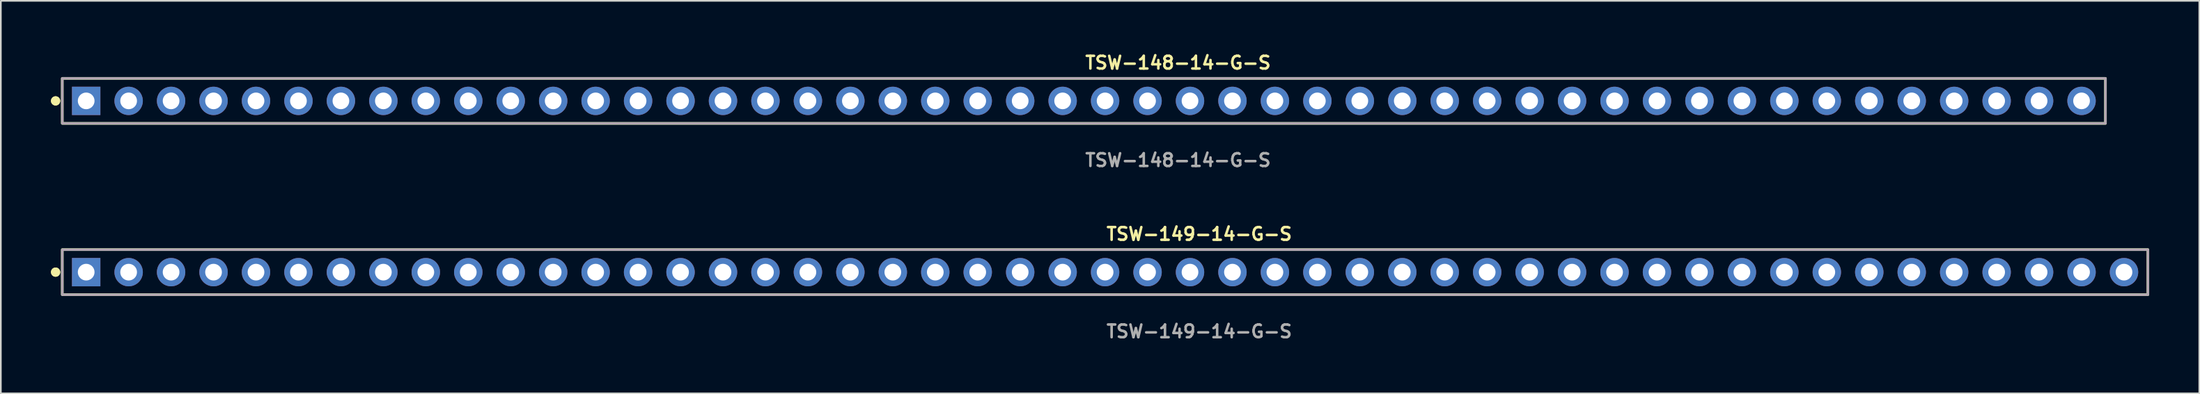
<source format=kicad_pcb>
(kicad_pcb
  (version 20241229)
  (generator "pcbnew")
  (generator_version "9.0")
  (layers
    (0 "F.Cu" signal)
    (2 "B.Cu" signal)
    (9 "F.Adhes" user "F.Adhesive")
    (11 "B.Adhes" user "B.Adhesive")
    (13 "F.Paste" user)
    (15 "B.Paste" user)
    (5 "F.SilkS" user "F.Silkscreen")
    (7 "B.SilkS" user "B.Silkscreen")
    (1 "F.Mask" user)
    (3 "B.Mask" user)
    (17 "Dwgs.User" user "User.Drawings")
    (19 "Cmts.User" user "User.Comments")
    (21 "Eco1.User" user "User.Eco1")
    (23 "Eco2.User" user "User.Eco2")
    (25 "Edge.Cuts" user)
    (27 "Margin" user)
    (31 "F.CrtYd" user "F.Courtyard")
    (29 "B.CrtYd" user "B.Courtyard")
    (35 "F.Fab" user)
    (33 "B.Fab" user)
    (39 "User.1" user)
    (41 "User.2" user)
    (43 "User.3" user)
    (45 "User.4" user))
  (footprint "TSW-149-14-G-S"
    (layer "F.Cu")
    (at 63.066 13.268)
    (property "Reference" "TSW-149-14-G-S" (at 0 -2.286 0) (unlocked yes) (layer "F.SilkS") (effects (font (size 0.762 0.762) (thickness 0.152)) (justify left)))
    (fp_rect (start -62.39 1.35) (end 62.39 -1.35) (stroke (width 0.152) (type solid)) (fill no) (layer "F.SilkS"))
    (fp_circle (center -62.79 0) (end -62.99 0) (stroke (width 0.152) (type solid)) (fill yes) (layer "F.SilkS"))
    (fp_circle (center -62.79 0) (end -62.99 0) (stroke (width 0.152) (type solid)) (fill yes) (layer "F.SilkS"))
    (fp_rect (start -62.39 1.35) (end 62.39 -1.35) (stroke (width 0.006) (type solid)) (fill no) (layer "F.CrtYd"))
    (fp_rect (start -62.39 1.35) (end 62.39 -1.35) (stroke (width 0.152) (type solid)) (fill no) (layer "F.Fab"))
    (fp_text user "${REFERENCE}" (at 0 3.556 0) (unlocked yes) (layer "F.Fab") (effects (font (size 0.762 0.762) (thickness 0.152)) (justify left)))
    (pad "1" thru_hole rect (at -60.96 0) (size 1.7 1.7) (drill 1) (layers "*.Cu" "*.Mask"))
    (pad "2" thru_hole circle (at -58.42 0) (size 1.7 1.7) (drill 1) (layers "*.Cu" "*.Mask"))
    (pad "3" thru_hole circle (at -55.88 0) (size 1.7 1.7) (drill 1) (layers "*.Cu" "*.Mask"))
    (pad "4" thru_hole circle (at -53.34 0) (size 1.7 1.7) (drill 1) (layers "*.Cu" "*.Mask"))
    (pad "5" thru_hole circle (at -50.8 0) (size 1.7 1.7) (drill 1) (layers "*.Cu" "*.Mask"))
    (pad "6" thru_hole circle (at -48.26 0) (size 1.7 1.7) (drill 1) (layers "*.Cu" "*.Mask"))
    (pad "7" thru_hole circle (at -45.72 0) (size 1.7 1.7) (drill 1) (layers "*.Cu" "*.Mask"))
    (pad "8" thru_hole circle (at -43.18 0) (size 1.7 1.7) (drill 1) (layers "*.Cu" "*.Mask"))
    (pad "9" thru_hole circle (at -40.64 0) (size 1.7 1.7) (drill 1) (layers "*.Cu" "*.Mask"))
    (pad "10" thru_hole circle (at -38.1 0) (size 1.7 1.7) (drill 1) (layers "*.Cu" "*.Mask"))
    (pad "11" thru_hole circle (at -35.56 0) (size 1.7 1.7) (drill 1) (layers "*.Cu" "*.Mask"))
    (pad "12" thru_hole circle (at -33.02 0) (size 1.7 1.7) (drill 1) (layers "*.Cu" "*.Mask"))
    (pad "13" thru_hole circle (at -30.48 0) (size 1.7 1.7) (drill 1) (layers "*.Cu" "*.Mask"))
    (pad "14" thru_hole circle (at -27.94 0) (size 1.7 1.7) (drill 1) (layers "*.Cu" "*.Mask"))
    (pad "15" thru_hole circle (at -25.4 0) (size 1.7 1.7) (drill 1) (layers "*.Cu" "*.Mask"))
    (pad "16" thru_hole circle (at -22.86 0) (size 1.7 1.7) (drill 1) (layers "*.Cu" "*.Mask"))
    (pad "17" thru_hole circle (at -20.32 0) (size 1.7 1.7) (drill 1) (layers "*.Cu" "*.Mask"))
    (pad "18" thru_hole circle (at -17.78 0) (size 1.7 1.7) (drill 1) (layers "*.Cu" "*.Mask"))
    (pad "19" thru_hole circle (at -15.24 0) (size 1.7 1.7) (drill 1) (layers "*.Cu" "*.Mask"))
    (pad "20" thru_hole circle (at -12.7 0) (size 1.7 1.7) (drill 1) (layers "*.Cu" "*.Mask"))
    (pad "21" thru_hole circle (at -10.16 0) (size 1.7 1.7) (drill 1) (layers "*.Cu" "*.Mask"))
    (pad "22" thru_hole circle (at -7.62 0) (size 1.7 1.7) (drill 1) (layers "*.Cu" "*.Mask"))
    (pad "23" thru_hole circle (at -5.08 0) (size 1.7 1.7) (drill 1) (layers "*.Cu" "*.Mask"))
    (pad "24" thru_hole circle (at -2.54 0) (size 1.7 1.7) (drill 1) (layers "*.Cu" "*.Mask"))
    (pad "25" thru_hole circle (at 0 0) (size 1.7 1.7) (drill 1) (layers "*.Cu" "*.Mask"))
    (pad "26" thru_hole circle (at 2.54 0) (size 1.7 1.7) (drill 1) (layers "*.Cu" "*.Mask"))
    (pad "27" thru_hole circle (at 5.08 0) (size 1.7 1.7) (drill 1) (layers "*.Cu" "*.Mask"))
    (pad "28" thru_hole circle (at 7.62 0) (size 1.7 1.7) (drill 1) (layers "*.Cu" "*.Mask"))
    (pad "29" thru_hole circle (at 10.16 0) (size 1.7 1.7) (drill 1) (layers "*.Cu" "*.Mask"))
    (pad "30" thru_hole circle (at 12.7 0) (size 1.7 1.7) (drill 1) (layers "*.Cu" "*.Mask"))
    (pad "31" thru_hole circle (at 15.24 0) (size 1.7 1.7) (drill 1) (layers "*.Cu" "*.Mask"))
    (pad "32" thru_hole circle (at 17.78 0) (size 1.7 1.7) (drill 1) (layers "*.Cu" "*.Mask"))
    (pad "33" thru_hole circle (at 20.32 0) (size 1.7 1.7) (drill 1) (layers "*.Cu" "*.Mask"))
    (pad "34" thru_hole circle (at 22.86 0) (size 1.7 1.7) (drill 1) (layers "*.Cu" "*.Mask"))
    (pad "35" thru_hole circle (at 25.4 0) (size 1.7 1.7) (drill 1) (layers "*.Cu" "*.Mask"))
    (pad "36" thru_hole circle (at 27.94 0) (size 1.7 1.7) (drill 1) (layers "*.Cu" "*.Mask"))
    (pad "37" thru_hole circle (at 30.48 0) (size 1.7 1.7) (drill 1) (layers "*.Cu" "*.Mask"))
    (pad "38" thru_hole circle (at 33.02 0) (size 1.7 1.7) (drill 1) (layers "*.Cu" "*.Mask"))
    (pad "39" thru_hole circle (at 35.56 0) (size 1.7 1.7) (drill 1) (layers "*.Cu" "*.Mask"))
    (pad "40" thru_hole circle (at 38.1 0) (size 1.7 1.7) (drill 1) (layers "*.Cu" "*.Mask"))
    (pad "41" thru_hole circle (at 40.64 0) (size 1.7 1.7) (drill 1) (layers "*.Cu" "*.Mask"))
    (pad "42" thru_hole circle (at 43.18 0) (size 1.7 1.7) (drill 1) (layers "*.Cu" "*.Mask"))
    (pad "43" thru_hole circle (at 45.72 0) (size 1.7 1.7) (drill 1) (layers "*.Cu" "*.Mask"))
    (pad "44" thru_hole circle (at 48.26 0) (size 1.7 1.7) (drill 1) (layers "*.Cu" "*.Mask"))
    (pad "45" thru_hole circle (at 50.8 0) (size 1.7 1.7) (drill 1) (layers "*.Cu" "*.Mask"))
    (pad "46" thru_hole circle (at 53.34 0) (size 1.7 1.7) (drill 1) (layers "*.Cu" "*.Mask"))
    (pad "47" thru_hole circle (at 55.88 0) (size 1.7 1.7) (drill 1) (layers "*.Cu" "*.Mask"))
    (pad "48" thru_hole circle (at 58.42 0) (size 1.7 1.7) (drill 1) (layers "*.Cu" "*.Mask"))
    (pad "49" thru_hole circle (at 60.96 0) (size 1.7 1.7) (drill 1) (layers "*.Cu" "*.Mask")))
  (footprint "TSW-148-14-G-S"
    (layer "F.Cu")
    (at 61.796 2.999)
    (property "Reference" "TSW-148-14-G-S" (at 0 -2.286 0) (unlocked yes) (layer "F.SilkS") (effects (font (size 0.762 0.762) (thickness 0.152)) (justify left)))
    (fp_rect (start -61.12 1.35) (end 61.12 -1.35) (stroke (width 0.152) (type solid)) (fill no) (layer "F.SilkS"))
    (fp_circle (center -61.52 0) (end -61.72 0) (stroke (width 0.152) (type solid)) (fill yes) (layer "F.SilkS"))
    (fp_circle (center -61.52 0) (end -61.72 0) (stroke (width 0.152) (type solid)) (fill yes) (layer "F.SilkS"))
    (fp_rect (start -61.12 1.35) (end 61.12 -1.35) (stroke (width 0.006) (type solid)) (fill no) (layer "F.CrtYd"))
    (fp_rect (start -61.12 1.35) (end 61.12 -1.35) (stroke (width 0.152) (type solid)) (fill no) (layer "F.Fab"))
    (fp_text user "${REFERENCE}" (at 0 3.556 0) (unlocked yes) (layer "F.Fab") (effects (font (size 0.762 0.762) (thickness 0.152)) (justify left)))
    (pad "1" thru_hole rect (at -59.69 0) (size 1.7 1.7) (drill 1) (layers "*.Cu" "*.Mask"))
    (pad "2" thru_hole circle (at -57.15 0) (size 1.7 1.7) (drill 1) (layers "*.Cu" "*.Mask"))
    (pad "3" thru_hole circle (at -54.61 0) (size 1.7 1.7) (drill 1) (layers "*.Cu" "*.Mask"))
    (pad "4" thru_hole circle (at -52.07 0) (size 1.7 1.7) (drill 1) (layers "*.Cu" "*.Mask"))
    (pad "5" thru_hole circle (at -49.53 0) (size 1.7 1.7) (drill 1) (layers "*.Cu" "*.Mask"))
    (pad "6" thru_hole circle (at -46.99 0) (size 1.7 1.7) (drill 1) (layers "*.Cu" "*.Mask"))
    (pad "7" thru_hole circle (at -44.45 0) (size 1.7 1.7) (drill 1) (layers "*.Cu" "*.Mask"))
    (pad "8" thru_hole circle (at -41.91 0) (size 1.7 1.7) (drill 1) (layers "*.Cu" "*.Mask"))
    (pad "9" thru_hole circle (at -39.37 0) (size 1.7 1.7) (drill 1) (layers "*.Cu" "*.Mask"))
    (pad "10" thru_hole circle (at -36.83 0) (size 1.7 1.7) (drill 1) (layers "*.Cu" "*.Mask"))
    (pad "11" thru_hole circle (at -34.29 0) (size 1.7 1.7) (drill 1) (layers "*.Cu" "*.Mask"))
    (pad "12" thru_hole circle (at -31.75 0) (size 1.7 1.7) (drill 1) (layers "*.Cu" "*.Mask"))
    (pad "13" thru_hole circle (at -29.21 0) (size 1.7 1.7) (drill 1) (layers "*.Cu" "*.Mask"))
    (pad "14" thru_hole circle (at -26.67 0) (size 1.7 1.7) (drill 1) (layers "*.Cu" "*.Mask"))
    (pad "15" thru_hole circle (at -24.13 0) (size 1.7 1.7) (drill 1) (layers "*.Cu" "*.Mask"))
    (pad "16" thru_hole circle (at -21.59 0) (size 1.7 1.7) (drill 1) (layers "*.Cu" "*.Mask"))
    (pad "17" thru_hole circle (at -19.05 0) (size 1.7 1.7) (drill 1) (layers "*.Cu" "*.Mask"))
    (pad "18" thru_hole circle (at -16.51 0) (size 1.7 1.7) (drill 1) (layers "*.Cu" "*.Mask"))
    (pad "19" thru_hole circle (at -13.97 0) (size 1.7 1.7) (drill 1) (layers "*.Cu" "*.Mask"))
    (pad "20" thru_hole circle (at -11.43 0) (size 1.7 1.7) (drill 1) (layers "*.Cu" "*.Mask"))
    (pad "21" thru_hole circle (at -8.89 0) (size 1.7 1.7) (drill 1) (layers "*.Cu" "*.Mask"))
    (pad "22" thru_hole circle (at -6.35 0) (size 1.7 1.7) (drill 1) (layers "*.Cu" "*.Mask"))
    (pad "23" thru_hole circle (at -3.81 0) (size 1.7 1.7) (drill 1) (layers "*.Cu" "*.Mask"))
    (pad "24" thru_hole circle (at -1.27 0) (size 1.7 1.7) (drill 1) (layers "*.Cu" "*.Mask"))
    (pad "25" thru_hole circle (at 1.27 0) (size 1.7 1.7) (drill 1) (layers "*.Cu" "*.Mask"))
    (pad "26" thru_hole circle (at 3.81 0) (size 1.7 1.7) (drill 1) (layers "*.Cu" "*.Mask"))
    (pad "27" thru_hole circle (at 6.35 0) (size 1.7 1.7) (drill 1) (layers "*.Cu" "*.Mask"))
    (pad "28" thru_hole circle (at 8.89 0) (size 1.7 1.7) (drill 1) (layers "*.Cu" "*.Mask"))
    (pad "29" thru_hole circle (at 11.43 0) (size 1.7 1.7) (drill 1) (layers "*.Cu" "*.Mask"))
    (pad "30" thru_hole circle (at 13.97 0) (size 1.7 1.7) (drill 1) (layers "*.Cu" "*.Mask"))
    (pad "31" thru_hole circle (at 16.51 0) (size 1.7 1.7) (drill 1) (layers "*.Cu" "*.Mask"))
    (pad "32" thru_hole circle (at 19.05 0) (size 1.7 1.7) (drill 1) (layers "*.Cu" "*.Mask"))
    (pad "33" thru_hole circle (at 21.59 0) (size 1.7 1.7) (drill 1) (layers "*.Cu" "*.Mask"))
    (pad "34" thru_hole circle (at 24.13 0) (size 1.7 1.7) (drill 1) (layers "*.Cu" "*.Mask"))
    (pad "35" thru_hole circle (at 26.67 0) (size 1.7 1.7) (drill 1) (layers "*.Cu" "*.Mask"))
    (pad "36" thru_hole circle (at 29.21 0) (size 1.7 1.7) (drill 1) (layers "*.Cu" "*.Mask"))
    (pad "37" thru_hole circle (at 31.75 0) (size 1.7 1.7) (drill 1) (layers "*.Cu" "*.Mask"))
    (pad "38" thru_hole circle (at 34.29 0) (size 1.7 1.7) (drill 1) (layers "*.Cu" "*.Mask"))
    (pad "39" thru_hole circle (at 36.83 0) (size 1.7 1.7) (drill 1) (layers "*.Cu" "*.Mask"))
    (pad "40" thru_hole circle (at 39.37 0) (size 1.7 1.7) (drill 1) (layers "*.Cu" "*.Mask"))
    (pad "41" thru_hole circle (at 41.91 0) (size 1.7 1.7) (drill 1) (layers "*.Cu" "*.Mask"))
    (pad "42" thru_hole circle (at 44.45 0) (size 1.7 1.7) (drill 1) (layers "*.Cu" "*.Mask"))
    (pad "43" thru_hole circle (at 46.99 0) (size 1.7 1.7) (drill 1) (layers "*.Cu" "*.Mask"))
    (pad "44" thru_hole circle (at 49.53 0) (size 1.7 1.7) (drill 1) (layers "*.Cu" "*.Mask"))
    (pad "45" thru_hole circle (at 52.07 0) (size 1.7 1.7) (drill 1) (layers "*.Cu" "*.Mask"))
    (pad "46" thru_hole circle (at 54.61 0) (size 1.7 1.7) (drill 1) (layers "*.Cu" "*.Mask"))
    (pad "47" thru_hole circle (at 57.15 0) (size 1.7 1.7) (drill 1) (layers "*.Cu" "*.Mask"))
    (pad "48" thru_hole circle (at 59.69 0) (size 1.7 1.7) (drill 1) (layers "*.Cu" "*.Mask")))
  (gr_rect
    (start -3 -3)
    (end 128.532 20.537)
    (stroke (width 0.1) (type default))
    (fill no)
    (layer "Edge.Cuts")))
</source>
